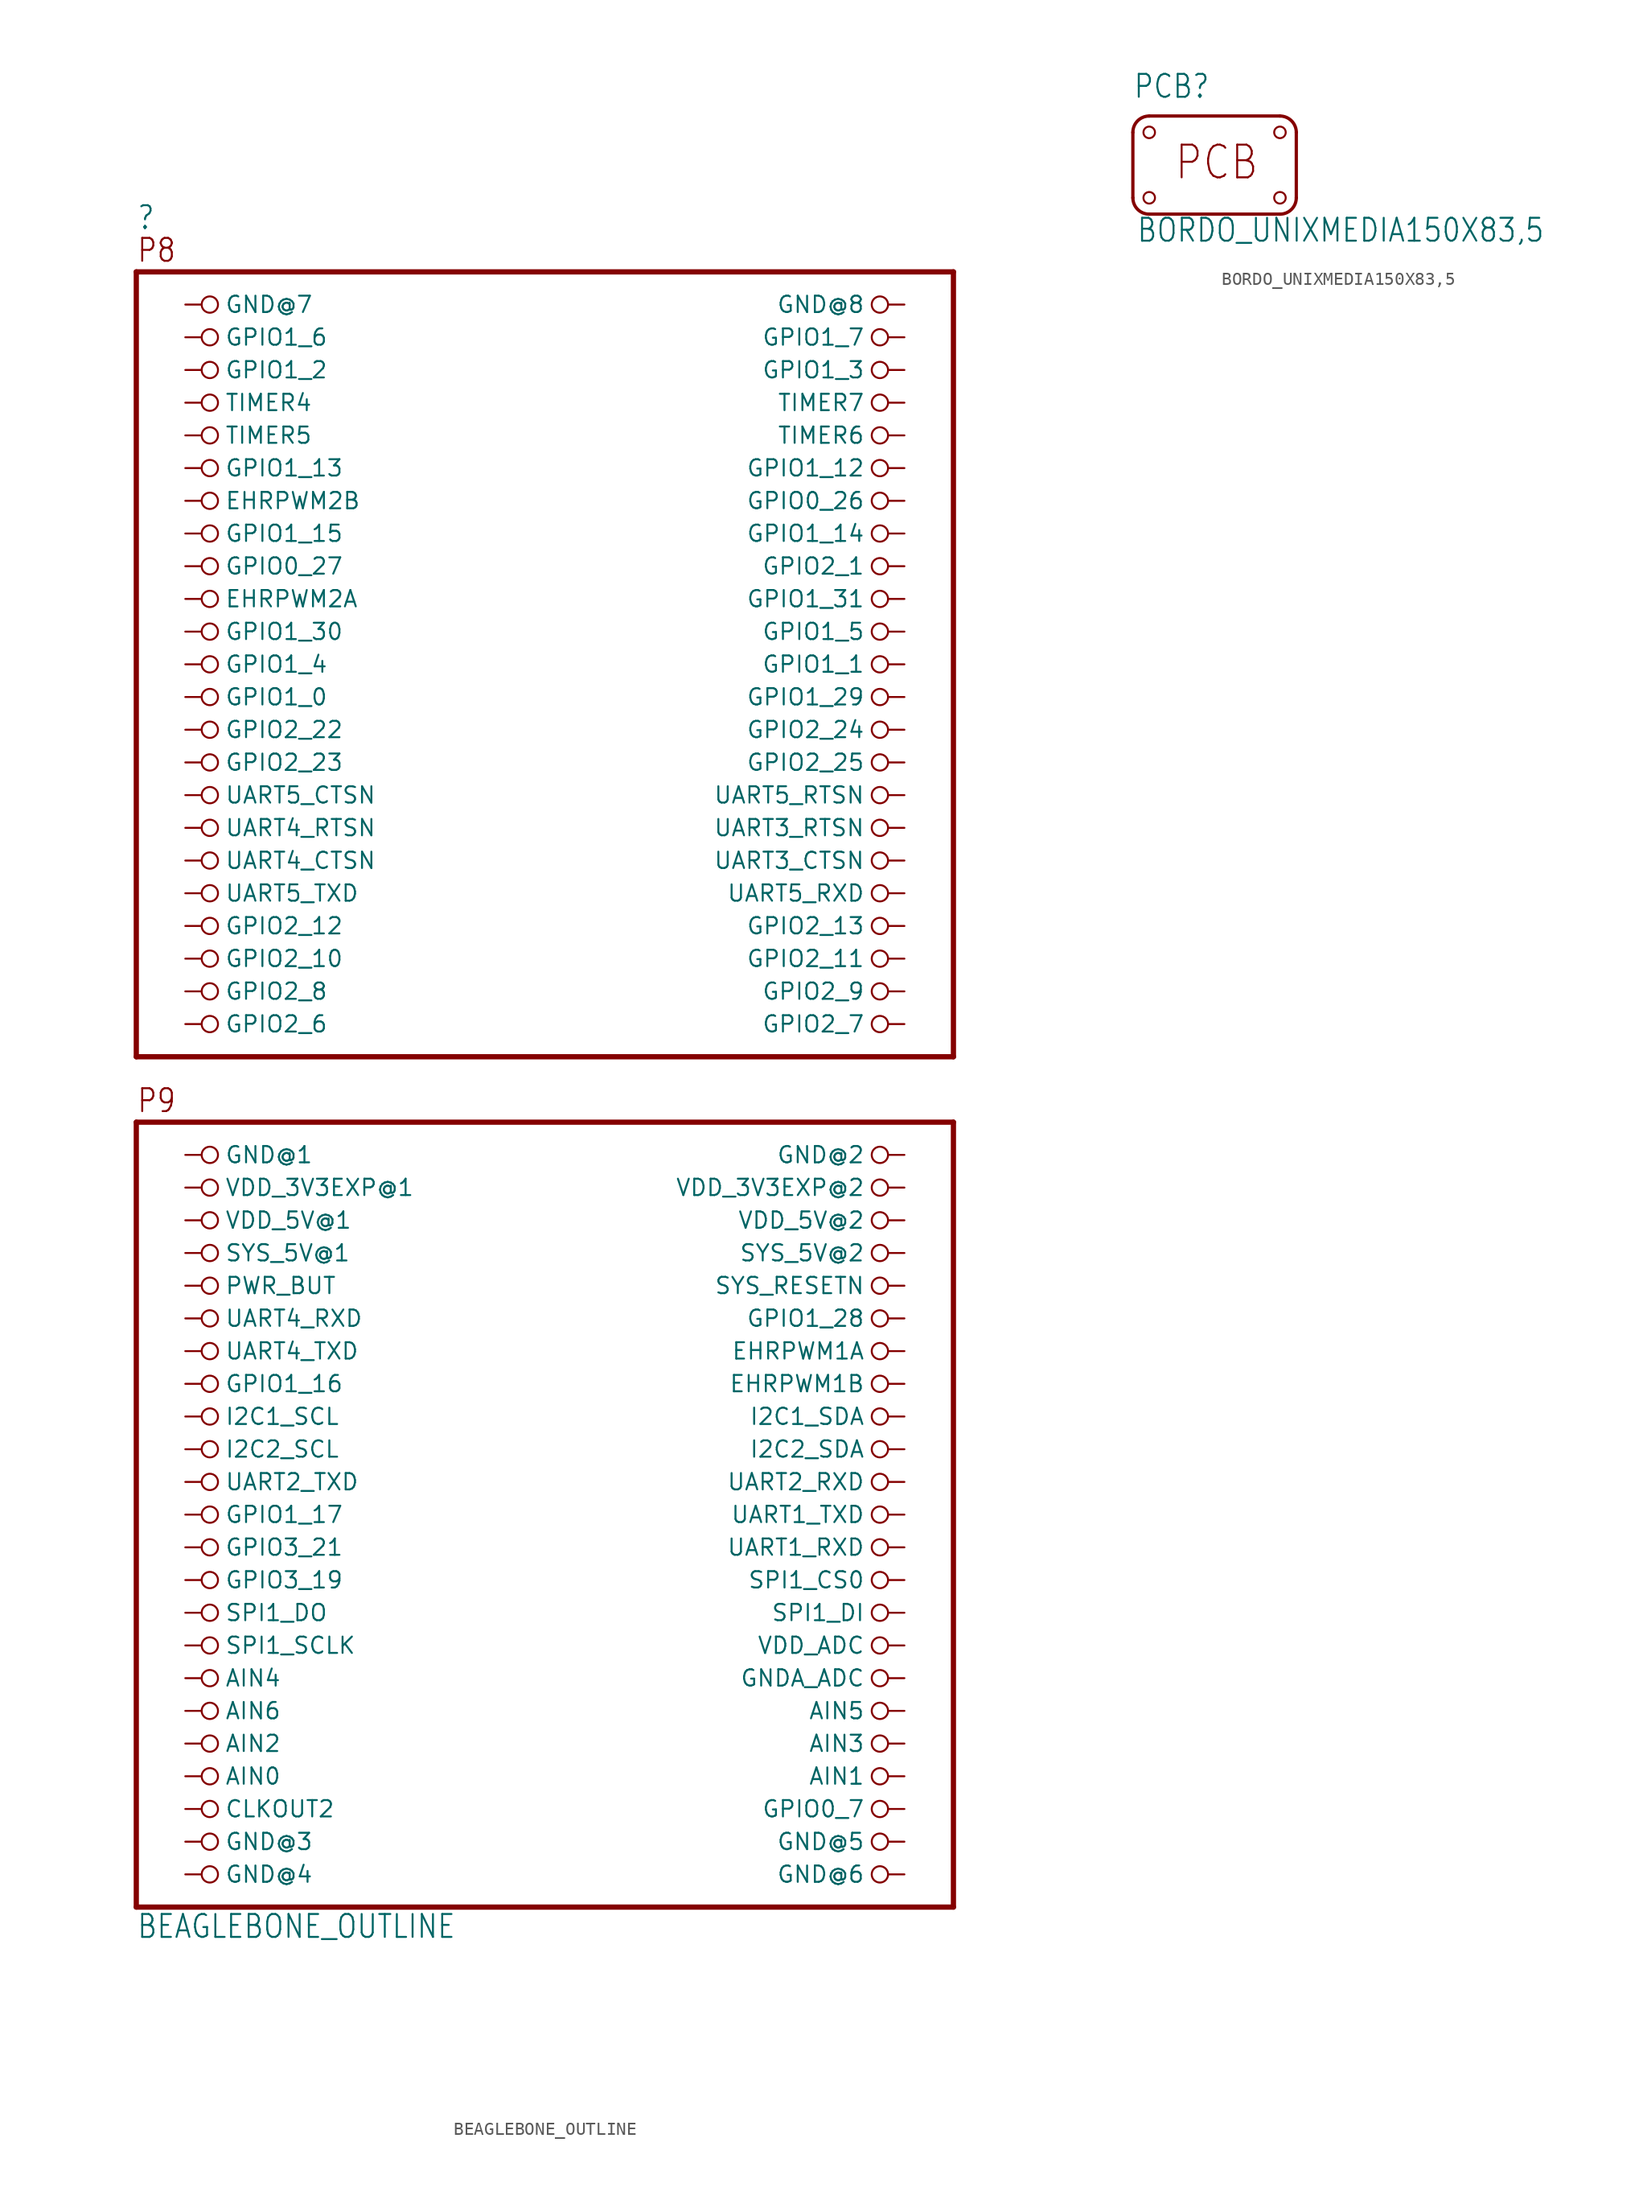
<source format=kicad_sym>
(kicad_symbol_lib
  (version 20211014)
  (generator kicad_symbol_editor)
  (symbol "BEAGLEBONE_OUTLINE"
    (property "Reference" ""
      (at -31.75 66.675 0)
      (effects (font (size 1.778 1.511)) (justify left bottom)))
    (property "Value" "BEAGLEBONE_OUTLINE"
      (at -31.75 -66.04 0)
      (effects (font (size 1.778 1.511)) (justify left bottom)))
    (property "ki_locked" ""
      (at 0 0 0)
      (effects (font (size 1.27 1.27))))
    (symbol "BEAGLEBONE_OUTLINE_1_0"
      (polyline (pts (xy -31.75 -63.5) (xy 31.75 -63.5)) (stroke (width 0.406) (type default) (color 0 0 0 0)) (fill (type none)))
      (polyline (pts (xy -31.75 -2.54) (xy -31.75 -63.5)) (stroke (width 0.406) (type default) (color 0 0 0 0)) (fill (type none)))
      (polyline (pts (xy -31.75 2.54) (xy 31.75 2.54)) (stroke (width 0.406) (type default) (color 0 0 0 0)) (fill (type none)))
      (polyline (pts (xy -31.75 63.5) (xy -31.75 2.54)) (stroke (width 0.406) (type default) (color 0 0 0 0)) (fill (type none)))
      (polyline (pts (xy 31.75 -63.5) (xy 31.75 -2.54)) (stroke (width 0.406) (type default) (color 0 0 0 0)) (fill (type none)))
      (polyline (pts (xy 31.75 -2.54) (xy -31.75 -2.54)) (stroke (width 0.406) (type default) (color 0 0 0 0)) (fill (type none)))
      (polyline (pts (xy 31.75 2.54) (xy 31.75 63.5)) (stroke (width 0.406) (type default) (color 0 0 0 0)) (fill (type none)))
      (polyline (pts (xy 31.75 63.5) (xy -31.75 63.5)) (stroke (width 0.406) (type default) (color 0 0 0 0)) (fill (type none)))
      (text "P8" (at -31.75 64.135 0) (effects (font (size 1.778 1.511)) (justify left bottom)))
      (text "P9" (at -31.75 -1.905 0) (effects (font (size 1.778 1.511)) (justify left bottom)))
      (pin power_in inverted (at -27.94 60.96 0) (length 2.54) (name "GND@7" (effects (font (size 1.27 1.27)))) (number "1" (effects (font (size 0 0)))))
      (pin passive inverted (at 27.94 50.8 180) (length 2.54) (name "TIMER6" (effects (font (size 1.27 1.27)))) (number "10" (effects (font (size 0 0)))))
      (pin passive inverted (at -27.94 48.26 0) (length 2.54) (name "GPIO1_13" (effects (font (size 1.27 1.27)))) (number "11" (effects (font (size 0 0)))))
      (pin passive inverted (at 27.94 48.26 180) (length 2.54) (name "GPIO1_12" (effects (font (size 1.27 1.27)))) (number "12" (effects (font (size 0 0)))))
      (pin passive inverted (at -27.94 45.72 0) (length 2.54) (name "EHRPWM2B" (effects (font (size 1.27 1.27)))) (number "13" (effects (font (size 0 0)))))
      (pin passive inverted (at 27.94 45.72 180) (length 2.54) (name "GPIO0_26" (effects (font (size 1.27 1.27)))) (number "14" (effects (font (size 0 0)))))
      (pin passive inverted (at -27.94 43.18 0) (length 2.54) (name "GPIO1_15" (effects (font (size 1.27 1.27)))) (number "15" (effects (font (size 0 0)))))
      (pin passive inverted (at 27.94 43.18 180) (length 2.54) (name "GPIO1_14" (effects (font (size 1.27 1.27)))) (number "16" (effects (font (size 0 0)))))
      (pin passive inverted (at -27.94 40.64 0) (length 2.54) (name "GPIO0_27" (effects (font (size 1.27 1.27)))) (number "17" (effects (font (size 0 0)))))
      (pin passive inverted (at 27.94 40.64 180) (length 2.54) (name "GPIO2_1" (effects (font (size 1.27 1.27)))) (number "18" (effects (font (size 0 0)))))
      (pin passive inverted (at -27.94 38.1 0) (length 2.54) (name "EHRPWM2A" (effects (font (size 1.27 1.27)))) (number "19" (effects (font (size 0 0)))))
      (pin power_in inverted (at 27.94 60.96 180) (length 2.54) (name "GND@8" (effects (font (size 1.27 1.27)))) (number "2" (effects (font (size 0 0)))))
      (pin passive inverted (at 27.94 38.1 180) (length 2.54) (name "GPIO1_31" (effects (font (size 1.27 1.27)))) (number "20" (effects (font (size 0 0)))))
      (pin passive inverted (at -27.94 35.56 0) (length 2.54) (name "GPIO1_30" (effects (font (size 1.27 1.27)))) (number "21" (effects (font (size 0 0)))))
      (pin passive inverted (at 27.94 35.56 180) (length 2.54) (name "GPIO1_5" (effects (font (size 1.27 1.27)))) (number "22" (effects (font (size 0 0)))))
      (pin passive inverted (at -27.94 33.02 0) (length 2.54) (name "GPIO1_4" (effects (font (size 1.27 1.27)))) (number "23" (effects (font (size 0 0)))))
      (pin passive inverted (at 27.94 33.02 180) (length 2.54) (name "GPIO1_1" (effects (font (size 1.27 1.27)))) (number "24" (effects (font (size 0 0)))))
      (pin passive inverted (at -27.94 30.48 0) (length 2.54) (name "GPIO1_0" (effects (font (size 1.27 1.27)))) (number "25" (effects (font (size 0 0)))))
      (pin passive inverted (at 27.94 30.48 180) (length 2.54) (name "GPIO1_29" (effects (font (size 1.27 1.27)))) (number "26" (effects (font (size 0 0)))))
      (pin passive inverted (at -27.94 27.94 0) (length 2.54) (name "GPIO2_22" (effects (font (size 1.27 1.27)))) (number "27" (effects (font (size 0 0)))))
      (pin passive inverted (at 27.94 27.94 180) (length 2.54) (name "GPIO2_24" (effects (font (size 1.27 1.27)))) (number "28" (effects (font (size 0 0)))))
      (pin passive inverted (at -27.94 25.4 0) (length 2.54) (name "GPIO2_23" (effects (font (size 1.27 1.27)))) (number "29" (effects (font (size 0 0)))))
      (pin passive inverted (at -27.94 58.42 0) (length 2.54) (name "GPIO1_6" (effects (font (size 1.27 1.27)))) (number "3" (effects (font (size 0 0)))))
      (pin passive inverted (at 27.94 25.4 180) (length 2.54) (name "GPIO2_25" (effects (font (size 1.27 1.27)))) (number "30" (effects (font (size 0 0)))))
      (pin passive inverted (at -27.94 22.86 0) (length 2.54) (name "UART5_CTSN" (effects (font (size 1.27 1.27)))) (number "31" (effects (font (size 0 0)))))
      (pin passive inverted (at 27.94 22.86 180) (length 2.54) (name "UART5_RTSN" (effects (font (size 1.27 1.27)))) (number "32" (effects (font (size 0 0)))))
      (pin passive inverted (at -27.94 20.32 0) (length 2.54) (name "UART4_RTSN" (effects (font (size 1.27 1.27)))) (number "33" (effects (font (size 0 0)))))
      (pin passive inverted (at 27.94 20.32 180) (length 2.54) (name "UART3_RTSN" (effects (font (size 1.27 1.27)))) (number "34" (effects (font (size 0 0)))))
      (pin passive inverted (at -27.94 17.78 0) (length 2.54) (name "UART4_CTSN" (effects (font (size 1.27 1.27)))) (number "35" (effects (font (size 0 0)))))
      (pin passive inverted (at 27.94 17.78 180) (length 2.54) (name "UART3_CTSN" (effects (font (size 1.27 1.27)))) (number "36" (effects (font (size 0 0)))))
      (pin passive inverted (at -27.94 15.24 0) (length 2.54) (name "UART5_TXD" (effects (font (size 1.27 1.27)))) (number "37" (effects (font (size 0 0)))))
      (pin passive inverted (at 27.94 15.24 180) (length 2.54) (name "UART5_RXD" (effects (font (size 1.27 1.27)))) (number "38" (effects (font (size 0 0)))))
      (pin passive inverted (at -27.94 12.7 0) (length 2.54) (name "GPIO2_12" (effects (font (size 1.27 1.27)))) (number "39" (effects (font (size 0 0)))))
      (pin passive inverted (at 27.94 58.42 180) (length 2.54) (name "GPIO1_7" (effects (font (size 1.27 1.27)))) (number "4" (effects (font (size 0 0)))))
      (pin passive inverted (at 27.94 12.7 180) (length 2.54) (name "GPIO2_13" (effects (font (size 1.27 1.27)))) (number "40" (effects (font (size 0 0)))))
      (pin passive inverted (at -27.94 10.16 0) (length 2.54) (name "GPIO2_10" (effects (font (size 1.27 1.27)))) (number "41" (effects (font (size 0 0)))))
      (pin passive inverted (at 27.94 10.16 180) (length 2.54) (name "GPIO2_11" (effects (font (size 1.27 1.27)))) (number "42" (effects (font (size 0 0)))))
      (pin passive inverted (at -27.94 7.62 0) (length 2.54) (name "GPIO2_8" (effects (font (size 1.27 1.27)))) (number "43" (effects (font (size 0 0)))))
      (pin passive inverted (at 27.94 7.62 180) (length 2.54) (name "GPIO2_9" (effects (font (size 1.27 1.27)))) (number "44" (effects (font (size 0 0)))))
      (pin passive inverted (at -27.94 5.08 0) (length 2.54) (name "GPIO2_6" (effects (font (size 1.27 1.27)))) (number "45" (effects (font (size 0 0)))))
      (pin passive inverted (at 27.94 5.08 180) (length 2.54) (name "GPIO2_7" (effects (font (size 1.27 1.27)))) (number "46" (effects (font (size 0 0)))))
      (pin power_in inverted (at -27.94 -5.08 0) (length 2.54) (name "GND@1" (effects (font (size 1.27 1.27)))) (number "47" (effects (font (size 0 0)))))
      (pin power_in inverted (at 27.94 -5.08 180) (length 2.54) (name "GND@2" (effects (font (size 1.27 1.27)))) (number "48" (effects (font (size 0 0)))))
      (pin power_in inverted (at -27.94 -7.62 0) (length 2.54) (name "VDD_3V3EXP@1" (effects (font (size 1.27 1.27)))) (number "49" (effects (font (size 0 0)))))
      (pin passive inverted (at -27.94 55.88 0) (length 2.54) (name "GPIO1_2" (effects (font (size 1.27 1.27)))) (number "5" (effects (font (size 0 0)))))
      (pin power_in inverted (at 27.94 -7.62 180) (length 2.54) (name "VDD_3V3EXP@2" (effects (font (size 1.27 1.27)))) (number "50" (effects (font (size 0 0)))))
      (pin power_in inverted (at -27.94 -10.16 0) (length 2.54) (name "VDD_5V@1" (effects (font (size 1.27 1.27)))) (number "51" (effects (font (size 0 0)))))
      (pin power_in inverted (at 27.94 -10.16 180) (length 2.54) (name "VDD_5V@2" (effects (font (size 1.27 1.27)))) (number "52" (effects (font (size 0 0)))))
      (pin power_in inverted (at -27.94 -12.7 0) (length 2.54) (name "SYS_5V@1" (effects (font (size 1.27 1.27)))) (number "53" (effects (font (size 0 0)))))
      (pin passive inverted (at 27.94 -12.7 180) (length 2.54) (name "SYS_5V@2" (effects (font (size 1.27 1.27)))) (number "54" (effects (font (size 0 0)))))
      (pin passive inverted (at -27.94 -15.24 0) (length 2.54) (name "PWR_BUT" (effects (font (size 1.27 1.27)))) (number "55" (effects (font (size 0 0)))))
      (pin passive inverted (at 27.94 -15.24 180) (length 2.54) (name "SYS_RESETN" (effects (font (size 1.27 1.27)))) (number "56" (effects (font (size 0 0)))))
      (pin passive inverted (at -27.94 -17.78 0) (length 2.54) (name "UART4_RXD" (effects (font (size 1.27 1.27)))) (number "57" (effects (font (size 0 0)))))
      (pin passive inverted (at 27.94 -17.78 180) (length 2.54) (name "GPIO1_28" (effects (font (size 1.27 1.27)))) (number "58" (effects (font (size 0 0)))))
      (pin passive inverted (at -27.94 -20.32 0) (length 2.54) (name "UART4_TXD" (effects (font (size 1.27 1.27)))) (number "59" (effects (font (size 0 0)))))
      (pin passive inverted (at 27.94 55.88 180) (length 2.54) (name "GPIO1_3" (effects (font (size 1.27 1.27)))) (number "6" (effects (font (size 0 0)))))
      (pin passive inverted (at 27.94 -20.32 180) (length 2.54) (name "EHRPWM1A" (effects (font (size 1.27 1.27)))) (number "60" (effects (font (size 0 0)))))
      (pin passive inverted (at -27.94 -22.86 0) (length 2.54) (name "GPIO1_16" (effects (font (size 1.27 1.27)))) (number "61" (effects (font (size 0 0)))))
      (pin passive inverted (at 27.94 -22.86 180) (length 2.54) (name "EHRPWM1B" (effects (font (size 1.27 1.27)))) (number "62" (effects (font (size 0 0)))))
      (pin passive inverted (at -27.94 -25.4 0) (length 2.54) (name "I2C1_SCL" (effects (font (size 1.27 1.27)))) (number "63" (effects (font (size 0 0)))))
      (pin passive inverted (at 27.94 -25.4 180) (length 2.54) (name "I2C1_SDA" (effects (font (size 1.27 1.27)))) (number "64" (effects (font (size 0 0)))))
      (pin passive inverted (at -27.94 -27.94 0) (length 2.54) (name "I2C2_SCL" (effects (font (size 1.27 1.27)))) (number "65" (effects (font (size 0 0)))))
      (pin passive inverted (at 27.94 -27.94 180) (length 2.54) (name "I2C2_SDA" (effects (font (size 1.27 1.27)))) (number "66" (effects (font (size 0 0)))))
      (pin passive inverted (at -27.94 -30.48 0) (length 2.54) (name "UART2_TXD" (effects (font (size 1.27 1.27)))) (number "67" (effects (font (size 0 0)))))
      (pin passive inverted (at 27.94 -30.48 180) (length 2.54) (name "UART2_RXD" (effects (font (size 1.27 1.27)))) (number "68" (effects (font (size 0 0)))))
      (pin passive inverted (at -27.94 -33.02 0) (length 2.54) (name "GPIO1_17" (effects (font (size 1.27 1.27)))) (number "69" (effects (font (size 0 0)))))
      (pin passive inverted (at -27.94 53.34 0) (length 2.54) (name "TIMER4" (effects (font (size 1.27 1.27)))) (number "7" (effects (font (size 0 0)))))
      (pin passive inverted (at 27.94 -33.02 180) (length 2.54) (name "UART1_TXD" (effects (font (size 1.27 1.27)))) (number "70" (effects (font (size 0 0)))))
      (pin passive inverted (at -27.94 -35.56 0) (length 2.54) (name "GPIO3_21" (effects (font (size 1.27 1.27)))) (number "71" (effects (font (size 0 0)))))
      (pin passive inverted (at 27.94 -35.56 180) (length 2.54) (name "UART1_RXD" (effects (font (size 1.27 1.27)))) (number "72" (effects (font (size 0 0)))))
      (pin passive inverted (at -27.94 -38.1 0) (length 2.54) (name "GPIO3_19" (effects (font (size 1.27 1.27)))) (number "73" (effects (font (size 0 0)))))
      (pin passive inverted (at 27.94 -38.1 180) (length 2.54) (name "SPI1_CS0" (effects (font (size 1.27 1.27)))) (number "74" (effects (font (size 0 0)))))
      (pin passive inverted (at -27.94 -40.64 0) (length 2.54) (name "SPI1_DO" (effects (font (size 1.27 1.27)))) (number "75" (effects (font (size 0 0)))))
      (pin passive inverted (at 27.94 -40.64 180) (length 2.54) (name "SPI1_DI" (effects (font (size 1.27 1.27)))) (number "76" (effects (font (size 0 0)))))
      (pin passive inverted (at -27.94 -43.18 0) (length 2.54) (name "SPI1_SCLK" (effects (font (size 1.27 1.27)))) (number "77" (effects (font (size 0 0)))))
      (pin passive inverted (at 27.94 -43.18 180) (length 2.54) (name "VDD_ADC" (effects (font (size 1.27 1.27)))) (number "78" (effects (font (size 0 0)))))
      (pin passive inverted (at -27.94 -45.72 0) (length 2.54) (name "AIN4" (effects (font (size 1.27 1.27)))) (number "79" (effects (font (size 0 0)))))
      (pin passive inverted (at 27.94 53.34 180) (length 2.54) (name "TIMER7" (effects (font (size 1.27 1.27)))) (number "8" (effects (font (size 0 0)))))
      (pin passive inverted (at 27.94 -45.72 180) (length 2.54) (name "GNDA_ADC" (effects (font (size 1.27 1.27)))) (number "80" (effects (font (size 0 0)))))
      (pin passive inverted (at -27.94 -48.26 0) (length 2.54) (name "AIN6" (effects (font (size 1.27 1.27)))) (number "81" (effects (font (size 0 0)))))
      (pin passive inverted (at 27.94 -48.26 180) (length 2.54) (name "AIN5" (effects (font (size 1.27 1.27)))) (number "82" (effects (font (size 0 0)))))
      (pin passive inverted (at -27.94 -50.8 0) (length 2.54) (name "AIN2" (effects (font (size 1.27 1.27)))) (number "83" (effects (font (size 0 0)))))
      (pin passive inverted (at 27.94 -50.8 180) (length 2.54) (name "AIN3" (effects (font (size 1.27 1.27)))) (number "84" (effects (font (size 0 0)))))
      (pin power_in inverted (at -27.94 -53.34 0) (length 2.54) (name "AIN0" (effects (font (size 1.27 1.27)))) (number "85" (effects (font (size 0 0)))))
      (pin passive inverted (at 27.94 -53.34 180) (length 2.54) (name "AIN1" (effects (font (size 1.27 1.27)))) (number "86" (effects (font (size 0 0)))))
      (pin input inverted (at -27.94 -55.88 0) (length 2.54) (name "CLKOUT2" (effects (font (size 1.27 1.27)))) (number "87" (effects (font (size 0 0)))))
      (pin passive inverted (at 27.94 -55.88 180) (length 2.54) (name "GPIO0_7" (effects (font (size 1.27 1.27)))) (number "88" (effects (font (size 0 0)))))
      (pin power_in inverted (at -27.94 -58.42 0) (length 2.54) (name "GND@3" (effects (font (size 1.27 1.27)))) (number "89" (effects (font (size 0 0)))))
      (pin passive inverted (at -27.94 50.8 0) (length 2.54) (name "TIMER5" (effects (font (size 1.27 1.27)))) (number "9" (effects (font (size 0 0)))))
      (pin power_in inverted (at 27.94 -58.42 180) (length 2.54) (name "GND@5" (effects (font (size 1.27 1.27)))) (number "90" (effects (font (size 0 0)))))
      (pin power_in inverted (at -27.94 -60.96 0) (length 2.54) (name "GND@4" (effects (font (size 1.27 1.27)))) (number "91" (effects (font (size 0 0)))))
      (pin power_in inverted (at 27.94 -60.96 180) (length 2.54) (name "GND@6" (effects (font (size 1.27 1.27)))) (number "92" (effects (font (size 0 0)))))))
  (symbol "BORDO_UNIXMEDIA150X83,5"
    (property "Reference" "PCB"
      (at -6.35 5.08 0)
      (effects (font (size 1.778 1.511)) (justify left bottom)))
    (property "Value" "BORDO_UNIXMEDIA150X83,5"
      (at -6.096 -6.096 0)
      (effects (font (size 1.778 1.511)) (justify left bottom)))
    (property "ki_locked" ""
      (at 0 0 0)
      (effects (font (size 1.27 1.27))))
    (symbol "BORDO_UNIXMEDIA150X83,5_1_0"
      (arc (start -6.35 -2.54) (mid -5.978 -3.438) (end -5.08 -3.81) (stroke (width 0.254) (type default) (color 0 0 0 0)) (fill (type none)))
      (circle (center -5.08 -2.54) (radius 0.449) (stroke (width 0.152) (type default) (color 0 0 0 0)) (fill (type none)))
      (circle (center -5.08 2.54) (radius 0.449) (stroke (width 0.152) (type default) (color 0 0 0 0)) (fill (type none)))
      (arc (start -5.08 3.81) (mid -5.978 3.438) (end -6.35 2.54) (stroke (width 0.254) (type default) (color 0 0 0 0)) (fill (type none)))
      (polyline (pts (xy -6.35 2.54) (xy -6.35 -2.54)) (stroke (width 0.254) (type default) (color 0 0 0 0)) (fill (type none)))
      (polyline (pts (xy -5.08 -3.81) (xy 5.08 -3.81)) (stroke (width 0.254) (type default) (color 0 0 0 0)) (fill (type none)))
      (polyline (pts (xy 5.08 3.81) (xy -5.08 3.81)) (stroke (width 0.254) (type default) (color 0 0 0 0)) (fill (type none)))
      (polyline (pts (xy 6.35 -2.54) (xy 6.35 2.54)) (stroke (width 0.254) (type default) (color 0 0 0 0)) (fill (type none)))
      (arc (start 5.08 -3.81) (mid 5.978 -3.438) (end 6.35 -2.54) (stroke (width 0.254) (type default) (color 0 0 0 0)) (fill (type none)))
      (circle (center 5.08 -2.54) (radius 0.449) (stroke (width 0.152) (type default) (color 0 0 0 0)) (fill (type none)))
      (circle (center 5.08 2.54) (radius 0.449) (stroke (width 0.152) (type default) (color 0 0 0 0)) (fill (type none)))
      (arc (start 6.35 2.54) (mid 5.978 3.438) (end 5.08 3.81) (stroke (width 0.254) (type default) (color 0 0 0 0)) (fill (type none)))
      (text "PCB" (at -3.175 -1.27 0) (effects (font (size 2.54 2.159)) (justify left bottom))))))
</source>
